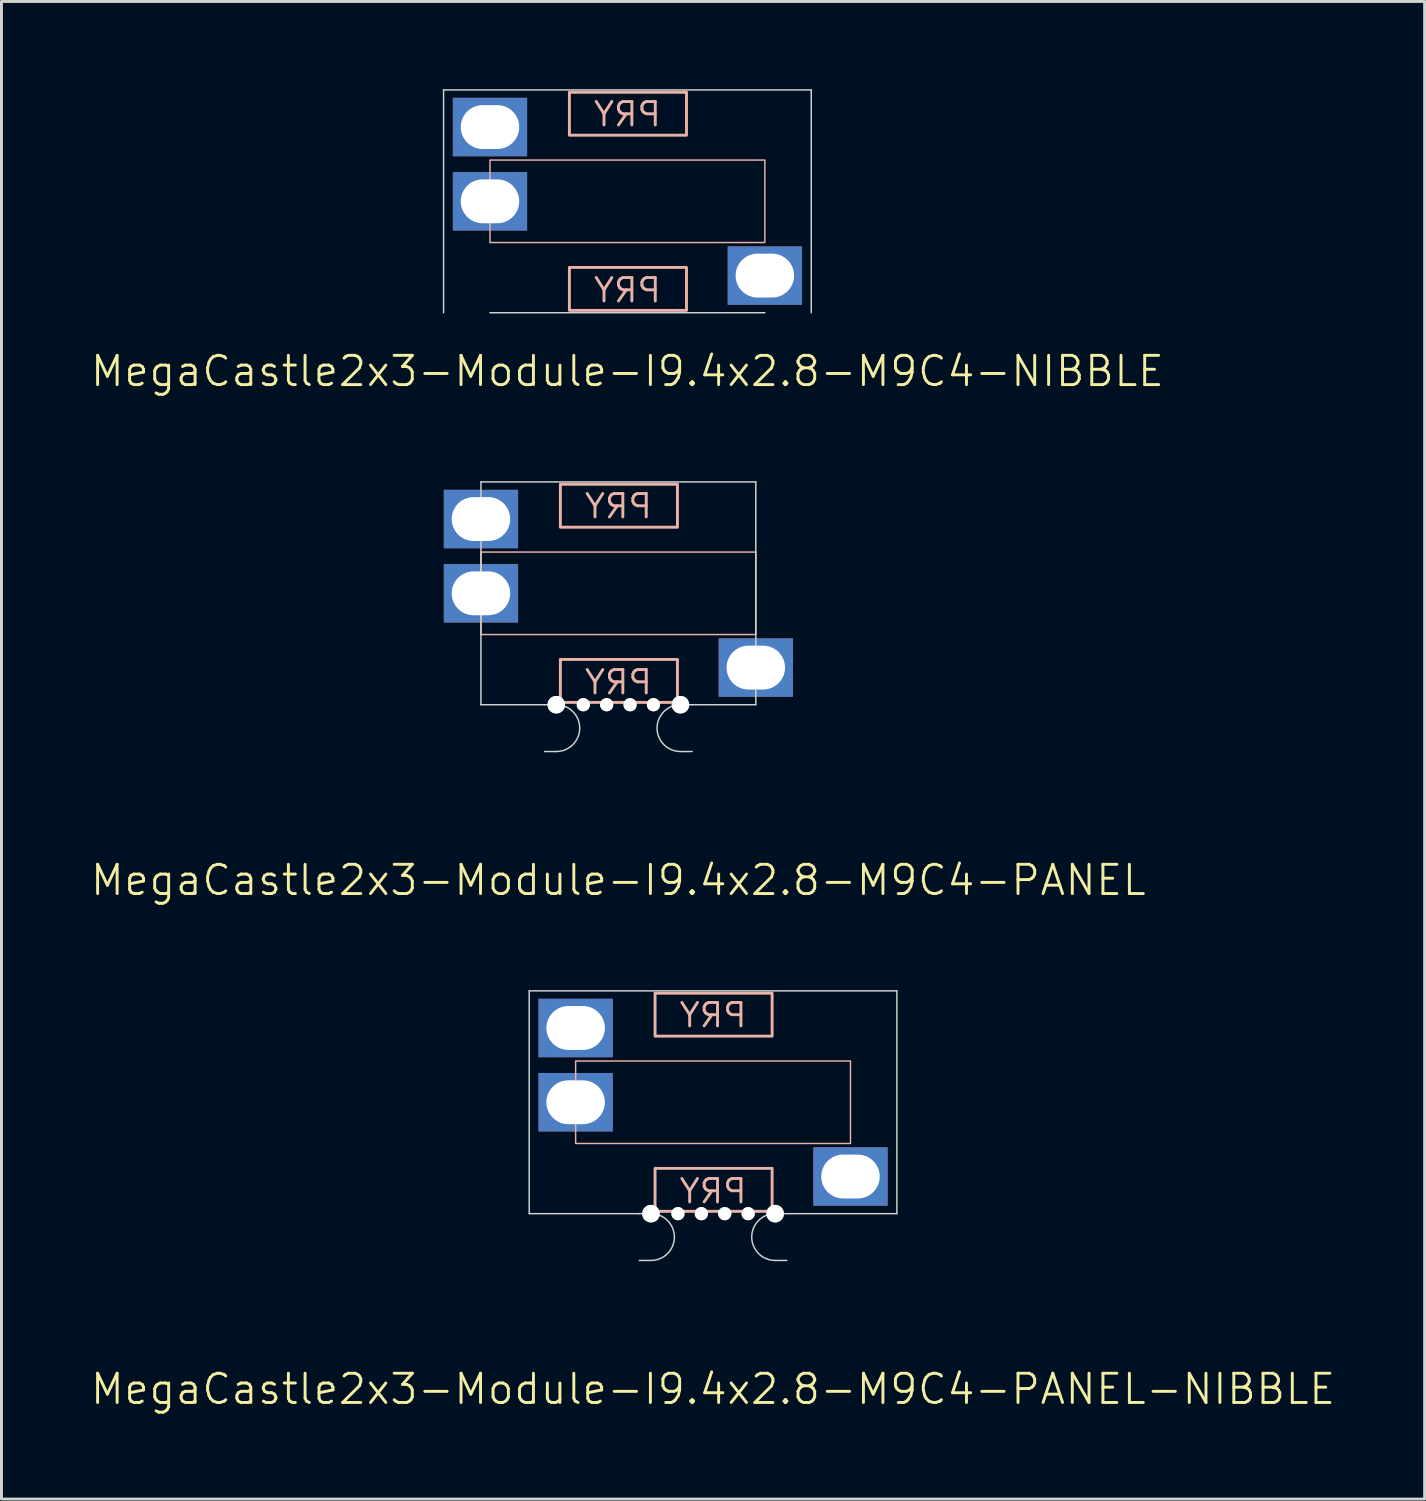
<source format=kicad_pcb>
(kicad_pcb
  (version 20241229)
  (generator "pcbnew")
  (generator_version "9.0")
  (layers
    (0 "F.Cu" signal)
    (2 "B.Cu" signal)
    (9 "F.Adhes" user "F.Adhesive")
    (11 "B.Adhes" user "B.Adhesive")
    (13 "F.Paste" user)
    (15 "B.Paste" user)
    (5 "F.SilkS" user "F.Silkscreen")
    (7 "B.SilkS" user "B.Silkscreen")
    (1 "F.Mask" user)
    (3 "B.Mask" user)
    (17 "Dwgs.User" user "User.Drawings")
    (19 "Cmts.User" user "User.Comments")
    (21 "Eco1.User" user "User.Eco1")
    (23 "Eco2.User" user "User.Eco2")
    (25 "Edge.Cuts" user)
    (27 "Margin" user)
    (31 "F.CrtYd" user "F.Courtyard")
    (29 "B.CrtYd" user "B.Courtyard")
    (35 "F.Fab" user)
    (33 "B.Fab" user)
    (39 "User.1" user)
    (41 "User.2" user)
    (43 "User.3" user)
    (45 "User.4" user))
  (footprint "MegaCastle2x3-Module-I9.4x2.8-M9C4-NIBBLE"
    (layer "F.Cu")
    (at 18.407 3.835)
    (property "Reference" "MegaCastle2x3-Module-I9.4x2.8-M9C4-NIBBLE" (at 0 5.81 0) (unlocked yes) (layer "F.SilkS") (effects (font (size 1 1) (thickness 0.1))))
    (attr smd)
    (fp_rect (start -4.7 1.41) (end 4.7 -1.41) (stroke (width 0.05) (type default)) (fill no) (layer "B.SilkS"))
    (fp_rect (start -1.984 -2.261) (end 2.02 -3.73) (stroke (width 0.1) (type default)) (fill no) (layer "B.SilkS"))
    (fp_rect (start -1.984 2.261) (end 2.02 3.73) (stroke (width 0.1) (type default)) (fill no) (layer "B.SilkS"))
    (fp_line (start -6.287 -3.81) (end -6.287 3.81) (stroke (width 0.05) (type default)) (layer "Edge.Cuts"))
    (fp_line (start -6.287 -3.81) (end 6.287 -3.81) (stroke (width 0.05) (type default)) (layer "Edge.Cuts"))
    (fp_line (start -4.7 3.81) (end 4.7 3.81) (stroke (width 0.05) (type default)) (layer "Edge.Cuts"))
    (fp_line (start 6.287 -3.81) (end 6.287 3.81) (stroke (width 0.05) (type default)) (layer "Edge.Cuts"))
    (fp_text user "PRY" (at 0 -2.51 0) (unlocked yes) (layer "B.SilkS") (effects (font (size 0.8 0.8) (thickness 0.1)) (justify bottom mirror)))
    (fp_text user "PRY" (at 0 3.51 0) (unlocked yes) (layer "B.SilkS") (effects (font (size 0.8 0.8) (thickness 0.1)) (justify bottom mirror)))
    (pad "1" thru_hole rect (at -4.7 -2.54) (size 2.54 2) (drill oval 2 1.5) (property pad_prop_castellated) (layers "*.Cu" "*.Mask"))
    (pad "2" thru_hole rect (at -4.7 0) (size 2.54 2) (drill oval 2 1.5) (property pad_prop_castellated) (layers "*.Cu" "*.Mask"))
    (pad "6" thru_hole rect (at 4.7 2.54) (size 2.54 2) (drill oval 2 1.5) (property pad_prop_castellated) (layers "*.Cu" "*.Mask"))
    (zone (net_name "") (layer "B.Cu") (hatch edge 0.5) (connect_pads) (min_thickness 0.25) (filled_areas_thickness no) (keepout (tracks allowed) (vias allowed) (pads allowed) (copperpour allowed) (footprints not_allowed)) (placement (enabled no)) (fill) (polygon (pts (xy 13.707 7.645) (xy 13.707 0.025))))
    (zone (net_name "") (layer "B.Cu") (hatch edge 0.5) (connect_pads) (min_thickness 0.25) (filled_areas_thickness no) (keepout (tracks allowed) (vias allowed) (pads allowed) (copperpour allowed) (footprints not_allowed)) (placement (enabled no)) (fill) (polygon (pts (xy 23.107 7.645) (xy 23.107 0.025))))
    (zone (net_name "") (layer "B.Cu") (hatch edge 0.5) (connect_pads) (min_thickness 0.25) (filled_areas_thickness no) (keepout (tracks allowed) (vias allowed) (pads allowed) (copperpour allowed) (footprints not_allowed)) (placement (enabled no)) (fill) (polygon (pts (xy 13.707 0.025) (xy 13.707 2.425) (xy 23.107 2.425) (xy 23.107 0.025))))
    (zone (net_name "") (layer "B.Cu") (hatch edge 0.5) (connect_pads) (min_thickness 0.25) (filled_areas_thickness no) (keepout (tracks allowed) (vias allowed) (pads allowed) (copperpour allowed) (footprints not_allowed)) (placement (enabled no)) (fill) (polygon (pts (xy 13.707 7.645) (xy 13.707 5.245) (xy 23.107 5.245) (xy 23.107 7.645))))
    (zone (net_name "") (layer "B.Cu") (name "Upper Pry Zone") (hatch edge 0.5) (connect_pads) (min_thickness 0.25) (filled_areas_thickness no) (keepout (tracks not_allowed) (vias not_allowed) (pads not_allowed) (copperpour allowed) (footprints not_allowed)) (placement (enabled no)) (fill) (polygon (pts (xy 16.423 1.574) (xy 16.423 0.105) (xy 20.427 0.105) (xy 20.427 1.574))))
    (zone (net_name "") (layer "B.Cu") (name "Upper Pry Zone") (hatch edge 0.5) (connect_pads) (min_thickness 0.25) (filled_areas_thickness no) (keepout (tracks not_allowed) (vias not_allowed) (pads not_allowed) (copperpour allowed) (footprints not_allowed)) (placement (enabled no)) (fill) (polygon (pts (xy 16.423 6.096) (xy 16.423 7.565) (xy 20.427 7.565) (xy 20.427 6.096)))))
  (footprint "MegaCastle2x3-Module-I9.4x2.8-M9C4-PANEL-NIBBLE"
    (layer "F.Cu")
    (at 21.336 34.646)
    (property "Reference" "MegaCastle2x3-Module-I9.4x2.8-M9C4-PANEL-NIBBLE" (at 0 9.81 0) (unlocked yes) (layer "F.SilkS") (effects (font (size 1 1) (thickness 0.1))))
    (attr smd)
    (fp_rect (start -4.7 1.41) (end 4.7 -1.41) (stroke (width 0.05) (type default)) (fill no) (layer "B.SilkS"))
    (fp_rect (start -1.984 -2.261) (end 2.02 -3.73) (stroke (width 0.1) (type default)) (fill no) (layer "B.SilkS"))
    (fp_rect (start -1.984 2.261) (end 2.02 3.73) (stroke (width 0.1) (type default)) (fill no) (layer "B.SilkS"))
    (fp_line (start -6.287 -3.81) (end -6.287 3.81) (stroke (width 0.05) (type default)) (layer "Edge.Cuts"))
    (fp_line (start -6.287 -3.81) (end 6.287 -3.81) (stroke (width 0.05) (type default)) (layer "Edge.Cuts"))
    (fp_line (start -6.287 3.81) (end -2.522 3.81) (stroke (width 0.05) (type default)) (layer "Edge.Cuts"))
    (fp_line (start -2.522 3.81) (end -2.123 3.81) (stroke (width 0.05) (type default)) (layer "Edge.Cuts"))
    (fp_line (start -2.522 5.41) (end -2.123 5.41) (stroke (width 0.05) (type default)) (layer "Edge.Cuts"))
    (fp_line (start 2.522 3.81) (end 2.123 3.81) (stroke (width 0.05) (type default)) (layer "Edge.Cuts"))
    (fp_line (start 2.522 3.81) (end 6.287 3.81) (stroke (width 0.05) (type default)) (layer "Edge.Cuts"))
    (fp_line (start 2.522 5.41) (end 2.123 5.41) (stroke (width 0.05) (type default)) (layer "Edge.Cuts"))
    (fp_line (start 6.287 -3.81) (end 6.287 3.81) (stroke (width 0.05) (type default)) (layer "Edge.Cuts"))
    (fp_arc (start -2.1225 3.81) (mid -1.3225 4.61) (end -2.1225 5.41) (stroke (width 0.05) (type default)) (layer "Edge.Cuts"))
    (fp_arc (start 2.1225 5.41) (mid 1.3225 4.61) (end 2.1225 3.81) (stroke (width 0.05) (type default)) (layer "Edge.Cuts"))
    (fp_text user "PRY" (at 0 3.51 0) (unlocked yes) (layer "B.SilkS") (effects (font (size 0.8 0.8) (thickness 0.1)) (justify bottom mirror)))
    (fp_text user "PRY" (at 0 -2.51 0) (unlocked yes) (layer "B.SilkS") (effects (font (size 0.8 0.8) (thickness 0.1)) (justify bottom mirror)))
    (pad "" np_thru_hole circle (at -2.123 3.81) (size 0.6 0.6) (drill 0.6) (layers "*.Cu" "Edge.Cuts"))
    (pad "" np_thru_hole circle (at -1.2 3.81) (size 0.45 0.45) (drill 0.45) (layers "*.Cu" "Edge.Cuts"))
    (pad "" np_thru_hole circle (at -0.4 3.81) (size 0.45 0.45) (drill 0.45) (layers "*.Cu" "Edge.Cuts"))
    (pad "" np_thru_hole circle (at 0.4 3.81) (size 0.45 0.45) (drill 0.45) (layers "*.Cu" "Edge.Cuts"))
    (pad "" np_thru_hole circle (at 1.2 3.81) (size 0.45 0.45) (drill 0.45) (layers "*.Cu" "Edge.Cuts"))
    (pad "" np_thru_hole circle (at 2.123 3.81) (size 0.6 0.6) (drill 0.6) (layers "*.Cu" "Edge.Cuts"))
    (pad "1" thru_hole rect (at -4.7 -2.54) (size 2.54 2) (drill oval 2 1.5) (property pad_prop_castellated) (layers "*.Cu" "*.Mask"))
    (pad "2" thru_hole rect (at -4.7 0) (size 2.54 2) (drill oval 2 1.5) (property pad_prop_castellated) (layers "*.Cu" "*.Mask"))
    (pad "6" thru_hole rect (at 4.7 2.54) (size 2.54 2) (drill oval 2 1.5) (property pad_prop_castellated) (layers "*.Cu" "*.Mask"))
    (zone (net_name "") (layer "B.Cu") (hatch edge 0.5) (connect_pads) (min_thickness 0.25) (filled_areas_thickness no) (keepout (tracks allowed) (vias allowed) (pads allowed) (copperpour allowed) (footprints not_allowed)) (placement (enabled no)) (fill) (polygon (pts (xy 16.636 38.456) (xy 16.636 30.836))))
    (zone (net_name "") (layer "B.Cu") (hatch edge 0.5) (connect_pads) (min_thickness 0.25) (filled_areas_thickness no) (keepout (tracks allowed) (vias allowed) (pads allowed) (copperpour allowed) (footprints not_allowed)) (placement (enabled no)) (fill) (polygon (pts (xy 26.036 38.456) (xy 26.036 30.836))))
    (zone (net_name "") (layer "B.Cu") (hatch edge 0.5) (connect_pads) (min_thickness 0.25) (filled_areas_thickness no) (keepout (tracks allowed) (vias allowed) (pads allowed) (copperpour allowed) (footprints not_allowed)) (placement (enabled no)) (fill) (polygon (pts (xy 16.636 30.836) (xy 16.636 33.236) (xy 26.036 33.236) (xy 26.036 30.836))))
    (zone (net_name "") (layer "B.Cu") (hatch edge 0.5) (connect_pads) (min_thickness 0.25) (filled_areas_thickness no) (keepout (tracks allowed) (vias allowed) (pads allowed) (copperpour allowed) (footprints not_allowed)) (placement (enabled no)) (fill) (polygon (pts (xy 16.636 38.456) (xy 16.636 36.056) (xy 26.036 36.056) (xy 26.036 38.456))))
    (zone (net_name "") (layer "B.Cu") (name "Upper Pry Zone") (hatch edge 0.5) (connect_pads) (min_thickness 0.25) (filled_areas_thickness no) (keepout (tracks not_allowed) (vias not_allowed) (pads not_allowed) (copperpour allowed) (footprints not_allowed)) (placement (enabled no)) (fill) (polygon (pts (xy 19.351 32.385) (xy 19.351 30.916) (xy 23.355 30.916) (xy 23.355 32.385))))
    (zone (net_name "") (layer "B.Cu") (name "Upper Pry Zone") (hatch edge 0.5) (connect_pads) (min_thickness 0.25) (filled_areas_thickness no) (keepout (tracks not_allowed) (vias not_allowed) (pads not_allowed) (copperpour allowed) (footprints not_allowed)) (placement (enabled no)) (fill) (polygon (pts (xy 19.351 36.907) (xy 19.351 38.376) (xy 23.355 38.376) (xy 23.355 36.907)))))
  (footprint "MegaCastle2x3-Module-I9.4x2.8-M9C4-PANEL"
    (layer "F.Cu")
    (at 18.098 17.241)
    (property "Reference" "MegaCastle2x3-Module-I9.4x2.8-M9C4-PANEL" (at 0 9.81 0) (unlocked yes) (layer "F.SilkS") (effects (font (size 1 1) (thickness 0.1))))
    (attr smd)
    (fp_rect (start -4.7 1.41) (end 4.7 -1.41) (stroke (width 0.05) (type default)) (fill no) (layer "B.SilkS"))
    (fp_rect (start -1.984 -2.261) (end 2.02 -3.73) (stroke (width 0.1) (type default)) (fill no) (layer "B.SilkS"))
    (fp_rect (start -1.984 2.261) (end 2.02 3.73) (stroke (width 0.1) (type default)) (fill no) (layer "B.SilkS"))
    (fp_line (start -4.7 -3.81) (end -4.7 3.81) (stroke (width 0.05) (type default)) (layer "Edge.Cuts"))
    (fp_line (start -4.7 -3.81) (end 4.7 -3.81) (stroke (width 0.05) (type default)) (layer "Edge.Cuts"))
    (fp_line (start -4.7 3.81) (end -2.522 3.81) (stroke (width 0.05) (type default)) (layer "Edge.Cuts"))
    (fp_line (start -2.522 3.81) (end -2.123 3.81) (stroke (width 0.05) (type default)) (layer "Edge.Cuts"))
    (fp_line (start -2.522 5.41) (end -2.123 5.41) (stroke (width 0.05) (type default)) (layer "Edge.Cuts"))
    (fp_line (start 2.522 3.81) (end 2.123 3.81) (stroke (width 0.05) (type default)) (layer "Edge.Cuts"))
    (fp_line (start 2.522 3.81) (end 4.7 3.81) (stroke (width 0.05) (type default)) (layer "Edge.Cuts"))
    (fp_line (start 2.522 5.41) (end 2.123 5.41) (stroke (width 0.05) (type default)) (layer "Edge.Cuts"))
    (fp_line (start 4.7 -3.81) (end 4.7 3.81) (stroke (width 0.05) (type default)) (layer "Edge.Cuts"))
    (fp_arc (start -2.1225 3.81) (mid -1.3225 4.61) (end -2.1225 5.41) (stroke (width 0.05) (type default)) (layer "Edge.Cuts"))
    (fp_arc (start 2.1225 5.41) (mid 1.3225 4.61) (end 2.1225 3.81) (stroke (width 0.05) (type default)) (layer "Edge.Cuts"))
    (fp_text user "PRY" (at 0 -2.51 0) (unlocked yes) (layer "B.SilkS") (effects (font (size 0.8 0.8) (thickness 0.1)) (justify bottom mirror)))
    (fp_text user "PRY" (at 0 3.51 0) (unlocked yes) (layer "B.SilkS") (effects (font (size 0.8 0.8) (thickness 0.1)) (justify bottom mirror)))
    (pad "" np_thru_hole circle (at -2.123 3.81) (size 0.6 0.6) (drill 0.6) (layers "*.Cu" "Edge.Cuts"))
    (pad "" np_thru_hole circle (at -1.2 3.81) (size 0.45 0.45) (drill 0.45) (layers "*.Cu" "Edge.Cuts"))
    (pad "" np_thru_hole circle (at -0.4 3.81) (size 0.45 0.45) (drill 0.45) (layers "*.Cu" "Edge.Cuts"))
    (pad "" np_thru_hole circle (at 0.4 3.81) (size 0.45 0.45) (drill 0.45) (layers "*.Cu" "Edge.Cuts"))
    (pad "" np_thru_hole circle (at 1.2 3.81) (size 0.45 0.45) (drill 0.45) (layers "*.Cu" "Edge.Cuts"))
    (pad "" np_thru_hole circle (at 2.123 3.81) (size 0.6 0.6) (drill 0.6) (layers "*.Cu" "Edge.Cuts"))
    (pad "1" thru_hole rect (at -4.7 -2.54) (size 2.54 2) (drill oval 2 1.5) (property pad_prop_castellated) (layers "*.Cu" "*.Mask"))
    (pad "2" thru_hole rect (at -4.7 0) (size 2.54 2) (drill oval 2 1.5) (property pad_prop_castellated) (layers "*.Cu" "*.Mask"))
    (pad "6" thru_hole rect (at 4.7 2.54) (size 2.54 2) (drill oval 2 1.5) (property pad_prop_castellated) (layers "*.Cu" "*.Mask"))
    (zone (net_name "") (layer "B.Cu") (hatch edge 0.5) (connect_pads) (min_thickness 0.25) (filled_areas_thickness no) (keepout (tracks allowed) (vias allowed) (pads allowed) (copperpour allowed) (footprints not_allowed)) (placement (enabled no)) (fill) (polygon (pts (xy 13.398 21.05) (xy 13.398 13.431))))
    (zone (net_name "") (layer "B.Cu") (hatch edge 0.5) (connect_pads) (min_thickness 0.25) (filled_areas_thickness no) (keepout (tracks allowed) (vias allowed) (pads allowed) (copperpour allowed) (footprints not_allowed)) (placement (enabled no)) (fill) (polygon (pts (xy 22.798 21.05) (xy 22.798 13.431))))
    (zone (net_name "") (layer "B.Cu") (hatch edge 0.5) (connect_pads) (min_thickness 0.25) (filled_areas_thickness no) (keepout (tracks allowed) (vias allowed) (pads allowed) (copperpour allowed) (footprints not_allowed)) (placement (enabled no)) (fill) (polygon (pts (xy 13.398 13.431) (xy 13.398 15.831) (xy 22.798 15.831) (xy 22.798 13.431))))
    (zone (net_name "") (layer "B.Cu") (hatch edge 0.5) (connect_pads) (min_thickness 0.25) (filled_areas_thickness no) (keepout (tracks allowed) (vias allowed) (pads allowed) (copperpour allowed) (footprints not_allowed)) (placement (enabled no)) (fill) (polygon (pts (xy 13.398 21.05) (xy 13.398 18.651) (xy 22.798 18.651) (xy 22.798 21.05))))
    (zone (net_name "") (layer "B.Cu") (name "Upper Pry Zone") (hatch edge 0.5) (connect_pads) (min_thickness 0.25) (filled_areas_thickness no) (keepout (tracks not_allowed) (vias not_allowed) (pads not_allowed) (copperpour allowed) (footprints not_allowed)) (placement (enabled no)) (fill) (polygon (pts (xy 16.113 14.979) (xy 16.113 13.511) (xy 20.117 13.511) (xy 20.117 14.979))))
    (zone (net_name "") (layer "B.Cu") (name "Upper Pry Zone") (hatch edge 0.5) (connect_pads) (min_thickness 0.25) (filled_areas_thickness no) (keepout (tracks not_allowed) (vias not_allowed) (pads not_allowed) (copperpour allowed) (footprints not_allowed)) (placement (enabled no)) (fill) (polygon (pts (xy 16.113 19.502) (xy 16.113 20.971) (xy 20.117 20.971) (xy 20.117 19.502)))))
  (gr_rect
    (start -3 -3)
    (end 45.671 48.217)
    (stroke (width 0.1) (type default))
    (fill no)
    (layer "Edge.Cuts")))
</source>
